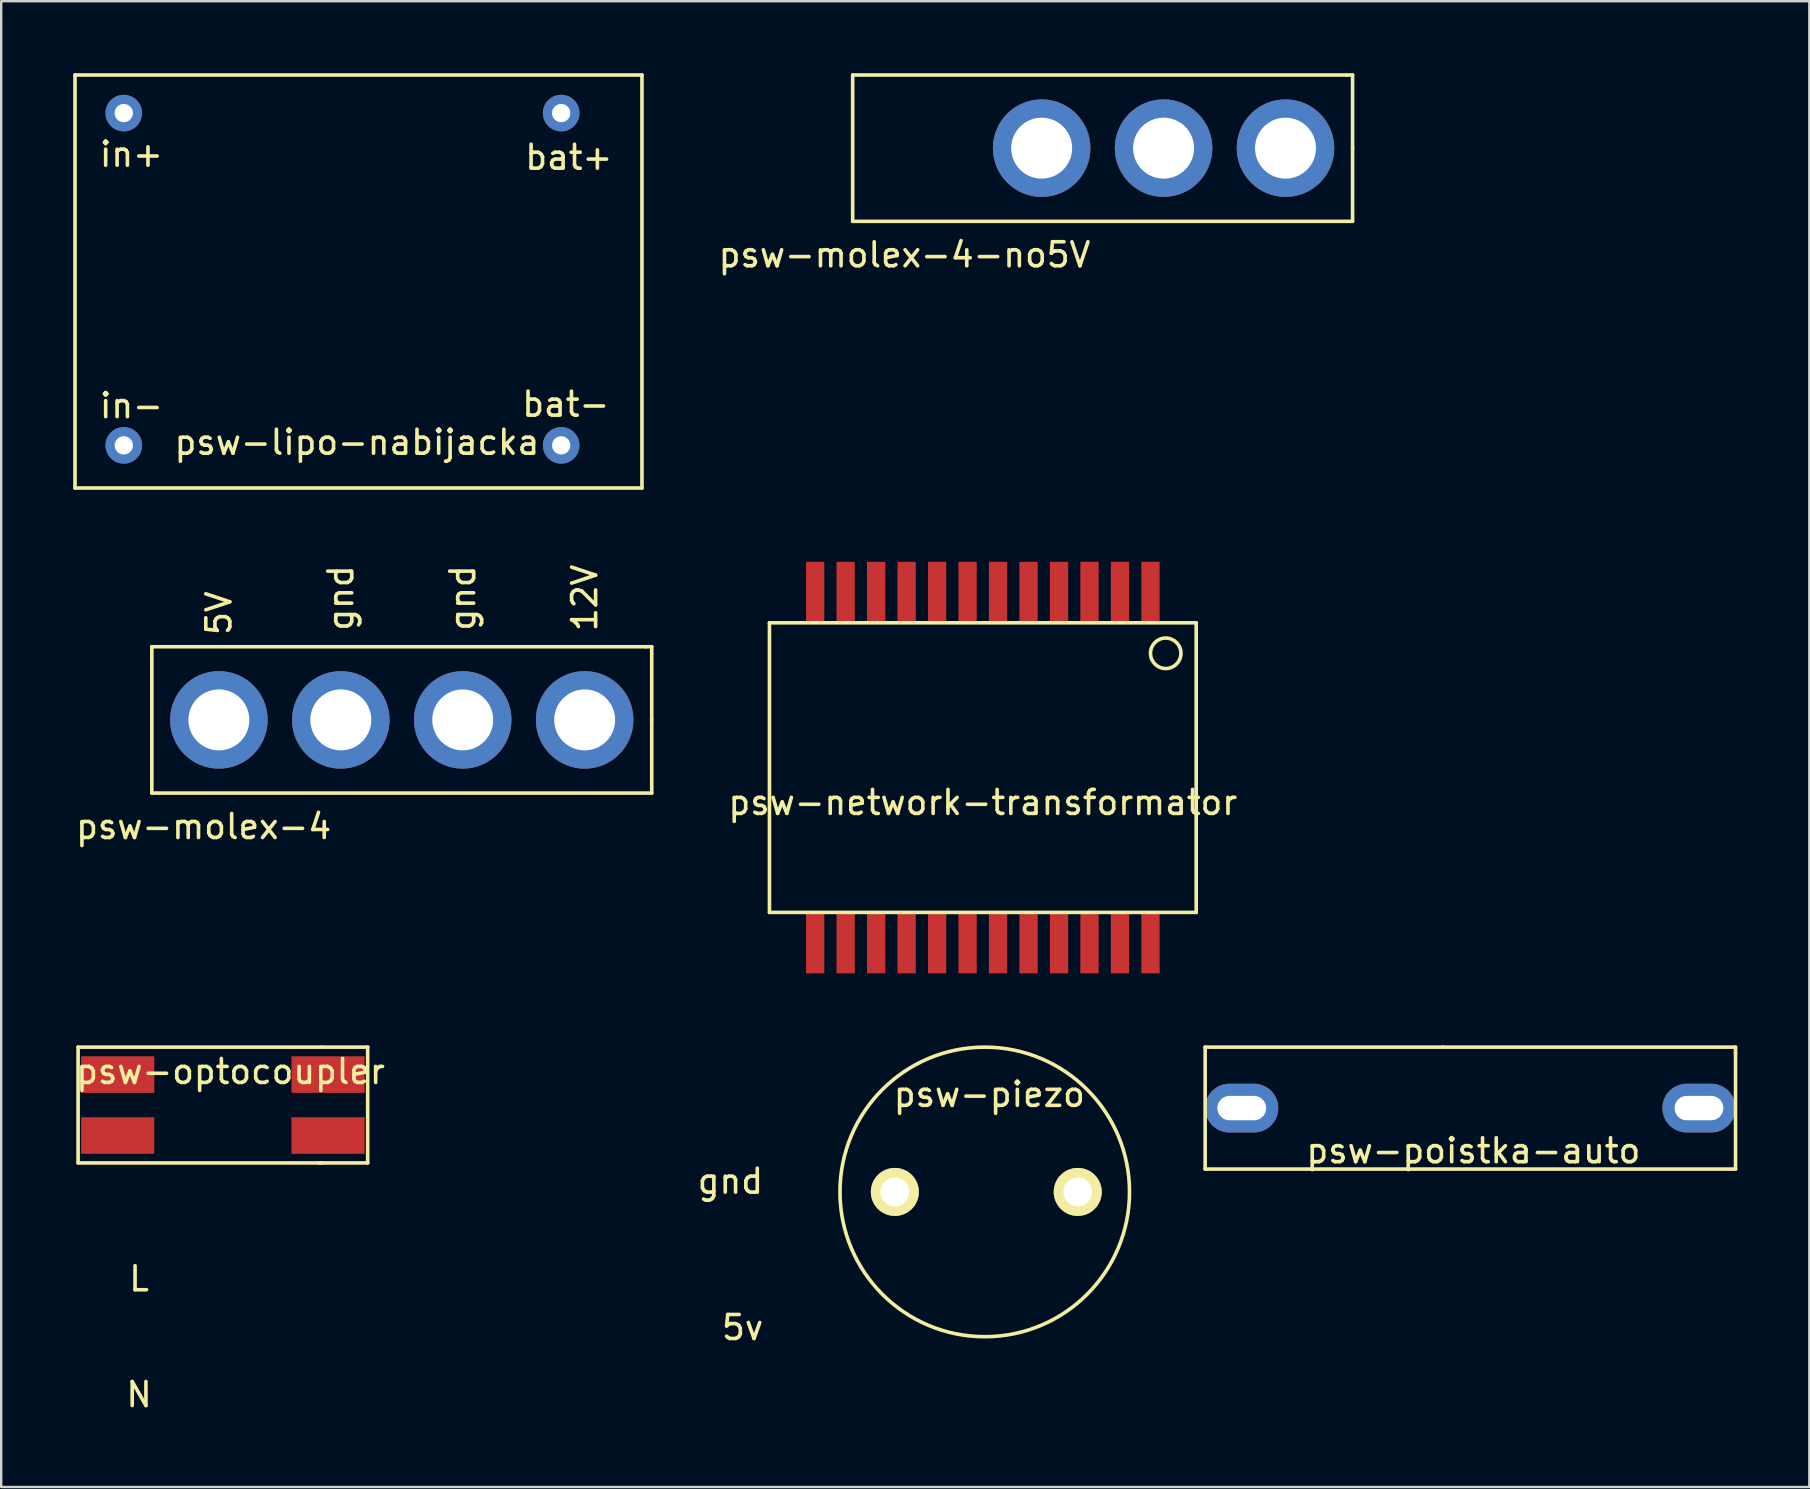
<source format=kicad_pcb>
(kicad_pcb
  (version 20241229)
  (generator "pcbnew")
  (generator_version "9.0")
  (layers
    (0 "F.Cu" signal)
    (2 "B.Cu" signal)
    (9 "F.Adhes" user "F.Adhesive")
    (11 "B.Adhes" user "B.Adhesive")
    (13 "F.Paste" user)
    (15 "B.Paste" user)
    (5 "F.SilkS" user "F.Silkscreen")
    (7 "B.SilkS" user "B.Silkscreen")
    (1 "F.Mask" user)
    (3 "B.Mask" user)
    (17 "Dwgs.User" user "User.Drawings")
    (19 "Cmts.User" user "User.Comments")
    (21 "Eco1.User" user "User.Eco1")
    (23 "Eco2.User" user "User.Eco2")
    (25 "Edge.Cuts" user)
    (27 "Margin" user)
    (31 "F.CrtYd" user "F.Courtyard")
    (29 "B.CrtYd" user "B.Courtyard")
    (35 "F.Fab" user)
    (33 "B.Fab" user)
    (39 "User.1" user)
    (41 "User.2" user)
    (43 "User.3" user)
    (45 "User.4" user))
  (footprint "psw-network-transformator"
    (layer "F.Cu")
    (at 37.899 29.884)
    (property "Reference" "psw-network-transformator" (at 0 0.5 0) (layer "F.SilkS") (effects (font (size 1 1) (thickness 0.15))))
    (attr through_hole)
    (fp_line (start -8.89 -6.985) (end -8.89 5.08) (stroke (width 0.15) (type solid)) (layer "F.SilkS"))
    (fp_line (start -8.89 5.08) (end 8.89 5.08) (stroke (width 0.15) (type solid)) (layer "F.SilkS"))
    (fp_line (start 8.89 -6.985) (end -8.89 -6.985) (stroke (width 0.15) (type solid)) (layer "F.SilkS"))
    (fp_line (start 8.89 5.08) (end 8.89 -6.985) (stroke (width 0.15) (type solid)) (layer "F.SilkS"))
    (fp_circle (center 7.62 -5.715) (end 8.255 -5.715) (stroke (width 0.15) (type solid)) (fill no) (layer "F.SilkS"))
    (pad "1" smd trapezoid (at 6.985 -8.255) (size 0.762 2.54) (layers "F.Cu" "F.Mask" "F.Paste"))
    (pad "2" smd trapezoid (at 5.715 -8.255) (size 0.762 2.54) (layers "F.Cu" "F.Mask" "F.Paste"))
    (pad "3" smd trapezoid (at 4.445 -8.255) (size 0.762 2.54) (layers "F.Cu" "F.Mask" "F.Paste"))
    (pad "4" smd trapezoid (at 3.175 -8.255) (size 0.762 2.54) (layers "F.Cu" "F.Mask" "F.Paste"))
    (pad "5" smd trapezoid (at 1.905 -8.255) (size 0.762 2.54) (layers "F.Cu" "F.Mask" "F.Paste"))
    (pad "6" smd trapezoid (at 0.635 -8.255) (size 0.762 2.54) (layers "F.Cu" "F.Mask" "F.Paste"))
    (pad "7" smd trapezoid (at -0.635 -8.255) (size 0.762 2.54) (layers "F.Cu" "F.Mask" "F.Paste"))
    (pad "8" smd trapezoid (at -1.905 -8.255) (size 0.762 2.54) (layers "F.Cu" "F.Mask" "F.Paste"))
    (pad "9" smd trapezoid (at -3.175 -8.255) (size 0.762 2.54) (layers "F.Cu" "F.Mask" "F.Paste"))
    (pad "10" smd trapezoid (at -4.445 -8.255) (size 0.762 2.54) (layers "F.Cu" "F.Mask" "F.Paste"))
    (pad "11" smd trapezoid (at -5.715 -8.255) (size 0.762 2.54) (layers "F.Cu" "F.Mask" "F.Paste"))
    (pad "12" smd trapezoid (at -6.985 -8.255) (size 0.762 2.54) (layers "F.Cu" "F.Mask" "F.Paste"))
    (pad "13" smd trapezoid (at -6.985 6.35) (size 0.762 2.54) (layers "F.Cu" "F.Mask" "F.Paste"))
    (pad "14" smd trapezoid (at -5.715 6.35) (size 0.762 2.54) (layers "F.Cu" "F.Mask" "F.Paste"))
    (pad "15" smd trapezoid (at -4.445 6.35) (size 0.762 2.54) (layers "F.Cu" "F.Mask" "F.Paste"))
    (pad "16" smd trapezoid (at -3.175 6.35) (size 0.762 2.54) (layers "F.Cu" "F.Mask" "F.Paste"))
    (pad "17" smd trapezoid (at -1.905 6.35) (size 0.762 2.54) (layers "F.Cu" "F.Mask" "F.Paste"))
    (pad "18" smd trapezoid (at -0.635 6.35) (size 0.762 2.54) (layers "F.Cu" "F.Mask" "F.Paste"))
    (pad "19" smd trapezoid (at 0.635 6.35) (size 0.762 2.54) (layers "F.Cu" "F.Mask" "F.Paste"))
    (pad "20" smd trapezoid (at 1.905 6.35) (size 0.762 2.54) (layers "F.Cu" "F.Mask" "F.Paste"))
    (pad "21" smd trapezoid (at 3.175 6.35) (size 0.762 2.54) (layers "F.Cu" "F.Mask" "F.Paste"))
    (pad "22" smd trapezoid (at 4.445 6.35) (size 0.762 2.54) (layers "F.Cu" "F.Mask" "F.Paste"))
    (pad "23" smd trapezoid (at 5.715 6.35) (size 0.762 2.54) (layers "F.Cu" "F.Mask" "F.Paste"))
    (pad "24" smd trapezoid (at 6.985 6.35) (size 0.762 2.54) (layers "F.Cu" "F.Mask" "F.Paste")))
  (footprint "psw-molex-4-no5V"
    (layer "F.Cu")
    (at 42.89 3.123)
    (property "Reference" "psw-molex-4-no5V" (at -8.255 4.445 0) (layer "F.SilkS") (effects (font (size 1 1) (thickness 0.15))))
    (attr through_hole)
    (fp_line (start -10.414 -3.048) (end 10.16 -3.048) (stroke (width 0.15) (type solid)) (layer "F.SilkS"))
    (fp_line (start -10.414 3.048) (end -10.414 -3.048) (stroke (width 0.15) (type solid)) (layer "F.SilkS"))
    (fp_line (start 10.16 -3.048) (end 10.414 -3.048) (stroke (width 0.15) (type solid)) (layer "F.SilkS"))
    (fp_line (start 10.414 -3.048) (end 10.414 0) (stroke (width 0.15) (type solid)) (layer "F.SilkS"))
    (fp_line (start 10.414 0) (end 10.414 3.048) (stroke (width 0.15) (type solid)) (layer "F.SilkS"))
    (fp_line (start 10.414 3.048) (end -10.414 3.048) (stroke (width 0.15) (type solid)) (layer "F.SilkS"))
    (pad "1" thru_hole circle (at -2.54 0) (size 4.064 4.064) (drill 2.54) (layers "*.Cu" "*.Mask"))
    (pad "1" thru_hole circle (at 2.54 0) (size 4.064 4.064) (drill 2.54) (layers "*.Cu" "*.Mask"))
    (pad "2" thru_hole circle (at 7.62 0) (size 4.064 4.064) (drill 2.54) (layers "*.Cu" "*.Mask")))
  (footprint "psw-lipo-nabijacka"
    (layer "F.Cu")
    (at 11.759 8.838)
    (property "Reference" "psw-lipo-nabijacka" (at 0.064 6.54 0) (layer "F.SilkS") (effects (font (size 1 1) (thickness 0.15))))
    (attr through_hole)
    (fp_line (start -11.684 -8.763) (end 11.938 -8.763) (stroke (width 0.15) (type solid)) (layer "F.SilkS"))
    (fp_line (start -11.684 8.445) (end -11.684 -8.763) (stroke (width 0.15) (type solid)) (layer "F.SilkS"))
    (fp_line (start 11.938 -8.763) (end 11.938 8.445) (stroke (width 0.15) (type solid)) (layer "F.SilkS"))
    (fp_line (start 11.938 8.445) (end -11.684 8.445) (stroke (width 0.15) (type solid)) (layer "F.SilkS"))
    (fp_text user "bat-" (at 8.763 4.953 0) (layer "F.SilkS") (effects (font (size 1 1) (thickness 0.15))))
    (fp_text user "in-" (at -9.335 5.016 0) (layer "F.SilkS") (effects (font (size 1 1) (thickness 0.15))))
    (fp_text user "bat+" (at 8.89 -5.334 0) (layer "F.SilkS") (effects (font (size 1 1) (thickness 0.15))))
    (fp_text user "in+" (at -9.335 -5.461 0) (layer "F.SilkS") (effects (font (size 1 1) (thickness 0.15))))
    (pad "1" thru_hole circle (at -9.652 -7.176) (size 1.524 1.524) (drill 0.762) (layers "*.Cu" "*.Mask"))
    (pad "2" thru_hole circle (at -9.652 6.668) (size 1.524 1.524) (drill 0.762) (layers "*.Cu" "*.Mask"))
    (pad "3" thru_hole circle (at 8.572 -7.176) (size 1.524 1.524) (drill 0.762) (layers "*.Cu" "*.Mask"))
    (pad "4" thru_hole circle (at 8.572 6.668) (size 1.524 1.524) (drill 0.762) (layers "*.Cu" "*.Mask")))
  (footprint "psw-poistka-auto"
    (layer "F.Cu")
    (at 48.94 41.34)
    (property "Reference" "psw-poistka-auto" (at 9.398 3.556 0) (layer "F.SilkS") (effects (font (size 1 1) (thickness 0.15))))
    (attr through_hole)
    (fp_line (start -1.778 -0.762) (end -1.778 4.318) (stroke (width 0.15) (type solid)) (layer "F.SilkS"))
    (fp_line (start -1.778 4.318) (end 20.32 4.318) (stroke (width 0.15) (type solid)) (layer "F.SilkS"))
    (fp_line (start 8.128 -0.762) (end -1.778 -0.762) (stroke (width 0.15) (type solid)) (layer "F.SilkS"))
    (fp_line (start 20.32 -0.762) (end 8.128 -0.762) (stroke (width 0.15) (type solid)) (layer "F.SilkS"))
    (fp_line (start 20.32 -0.508) (end 20.32 -0.762) (stroke (width 0.15) (type solid)) (layer "F.SilkS"))
    (fp_line (start 20.32 4.318) (end 20.32 -0.508) (stroke (width 0.15) (type solid)) (layer "F.SilkS"))
    (pad "1" thru_hole oval (at -0.254 1.778) (size 3.048 2.032) (drill oval 2.032 1.016) (layers "*.Cu" "*.Mask"))
    (pad "2" thru_hole oval (at 18.796 1.778) (size 3.048 2.032) (drill oval 2.032 1.016) (layers "*.Cu" "*.Mask")))
  (footprint "psw-molex-4"
    (layer "F.Cu")
    (at 13.69 26.944)
    (property "Reference" "psw-molex-4" (at -8.255 4.445 0) (layer "F.SilkS") (effects (font (size 1 1) (thickness 0.15))))
    (attr through_hole)
    (fp_line (start -10.414 -3.048) (end 10.16 -3.048) (stroke (width 0.15) (type solid)) (layer "F.SilkS"))
    (fp_line (start -10.414 3.048) (end -10.414 -3.048) (stroke (width 0.15) (type solid)) (layer "F.SilkS"))
    (fp_line (start 10.16 -3.048) (end 10.414 -3.048) (stroke (width 0.15) (type solid)) (layer "F.SilkS"))
    (fp_line (start 10.414 -3.048) (end 10.414 0) (stroke (width 0.15) (type solid)) (layer "F.SilkS"))
    (fp_line (start 10.414 0) (end 10.414 3.048) (stroke (width 0.15) (type solid)) (layer "F.SilkS"))
    (fp_line (start 10.414 3.048) (end -10.414 3.048) (stroke (width 0.15) (type solid)) (layer "F.SilkS"))
    (fp_text user "gnd" (at 2.54 -5.08 90) (layer "F.SilkS") (effects (font (size 1 1) (thickness 0.15))))
    (fp_text user "5V" (at -7.62 -4.445 90) (layer "F.SilkS") (effects (font (size 1 1) (thickness 0.15))))
    (fp_text user "12V" (at 7.62 -5.08 90) (layer "F.SilkS") (effects (font (size 1 1) (thickness 0.15))))
    (fp_text user "gnd" (at -2.54 -5.08 90) (layer "F.SilkS") (effects (font (size 1 1) (thickness 0.15))))
    (pad "1" thru_hole circle (at -7.62 0) (size 4.064 4.064) (drill 2.54) (layers "*.Cu" "*.Mask"))
    (pad "2" thru_hole circle (at -2.54 0) (size 4.064 4.064) (drill 2.54) (layers "*.Cu" "*.Mask"))
    (pad "3" thru_hole circle (at 2.54 0) (size 4.064 4.064) (drill 2.54) (layers "*.Cu" "*.Mask"))
    (pad "4" thru_hole circle (at 7.62 0) (size 4.064 4.064) (drill 2.54) (layers "*.Cu" "*.Mask")))
  (footprint "psw-optocoupler"
    (layer "F.Cu")
    (at 9.094 45.658)
    (property "Reference" "psw-optocoupler" (at -2.54 -4.064 0) (layer "F.SilkS") (effects (font (size 1 1) (thickness 0.15))))
    (attr through_hole)
    (fp_line (start -8.89 -5.08) (end 1.27 -5.08) (stroke (width 0.15) (type solid)) (layer "F.SilkS"))
    (fp_line (start -8.89 -0.254) (end -8.89 -5.08) (stroke (width 0.15) (type solid)) (layer "F.SilkS"))
    (fp_line (start 1.27 -5.08) (end 3.175 -5.08) (stroke (width 0.15) (type solid)) (layer "F.SilkS"))
    (fp_line (start 1.27 -0.254) (end -8.89 -0.254) (stroke (width 0.15) (type solid)) (layer "F.SilkS"))
    (fp_line (start 3.175 -5.08) (end 3.175 -0.254) (stroke (width 0.15) (type solid)) (layer "F.SilkS"))
    (fp_line (start 3.175 -0.254) (end 1.143 -0.254) (stroke (width 0.15) (type solid)) (layer "F.SilkS"))
    (fp_text user "gnd" (at 18.288 0.508 0) (layer "F.SilkS") (effects (font (size 1 1) (thickness 0.15))))
    (fp_text user "5v" (at 18.796 6.604 0) (layer "F.SilkS") (effects (font (size 1 1) (thickness 0.15))))
    (fp_text user "N" (at -6.35 9.398 0) (layer "F.SilkS") (effects (font (size 1 1) (thickness 0.15))))
    (fp_text user "L" (at -6.35 4.572 0) (layer "F.SilkS") (effects (font (size 1 1) (thickness 0.15))))
    (pad "1" smd rect (at -7.239 -3.937) (size 3.048 1.524) (layers "F.Cu" "F.Mask" "F.Paste"))
    (pad "2" smd trapezoid (at -7.239 -1.397) (size 3.048 1.524) (layers "F.Cu" "F.Mask" "F.Paste"))
    (pad "3" smd trapezoid (at 1.524 -1.397) (size 3.048 1.524) (layers "F.Cu" "F.Mask" "F.Paste"))
    (pad "4" smd trapezoid (at 1.524 -3.937) (size 3.048 1.524) (layers "F.Cu" "F.Mask" "F.Paste")))
  (footprint "psw-piezo"
    (layer "F.Cu")
    (at 38.932 45.087)
    (property "Reference" "psw-piezo" (at -0.762 -2.54 0) (layer "F.SilkS") (effects (font (size 1 1) (thickness 0.15))))
    (attr through_hole)
    (fp_circle (center -0.953 1.524) (end -0.953 7.556) (stroke (width 0.15) (type solid)) (fill no) (layer "F.SilkS"))
    (pad "1" thru_hole circle (at -4.699 1.524) (size 2 2) (drill 1.2) (layers "*.Cu" "*.Mask" "F.SilkS"))
    (pad "2" thru_hole circle (at 2.921 1.524) (size 2 2) (drill 1.2) (layers "*.Cu" "*.Mask" "F.SilkS")))
  (gr_rect
    (start -3 -3)
    (end 72.335 58.905)
    (stroke (width 0.1) (type default))
    (fill no)
    (layer "Edge.Cuts")))
</source>
